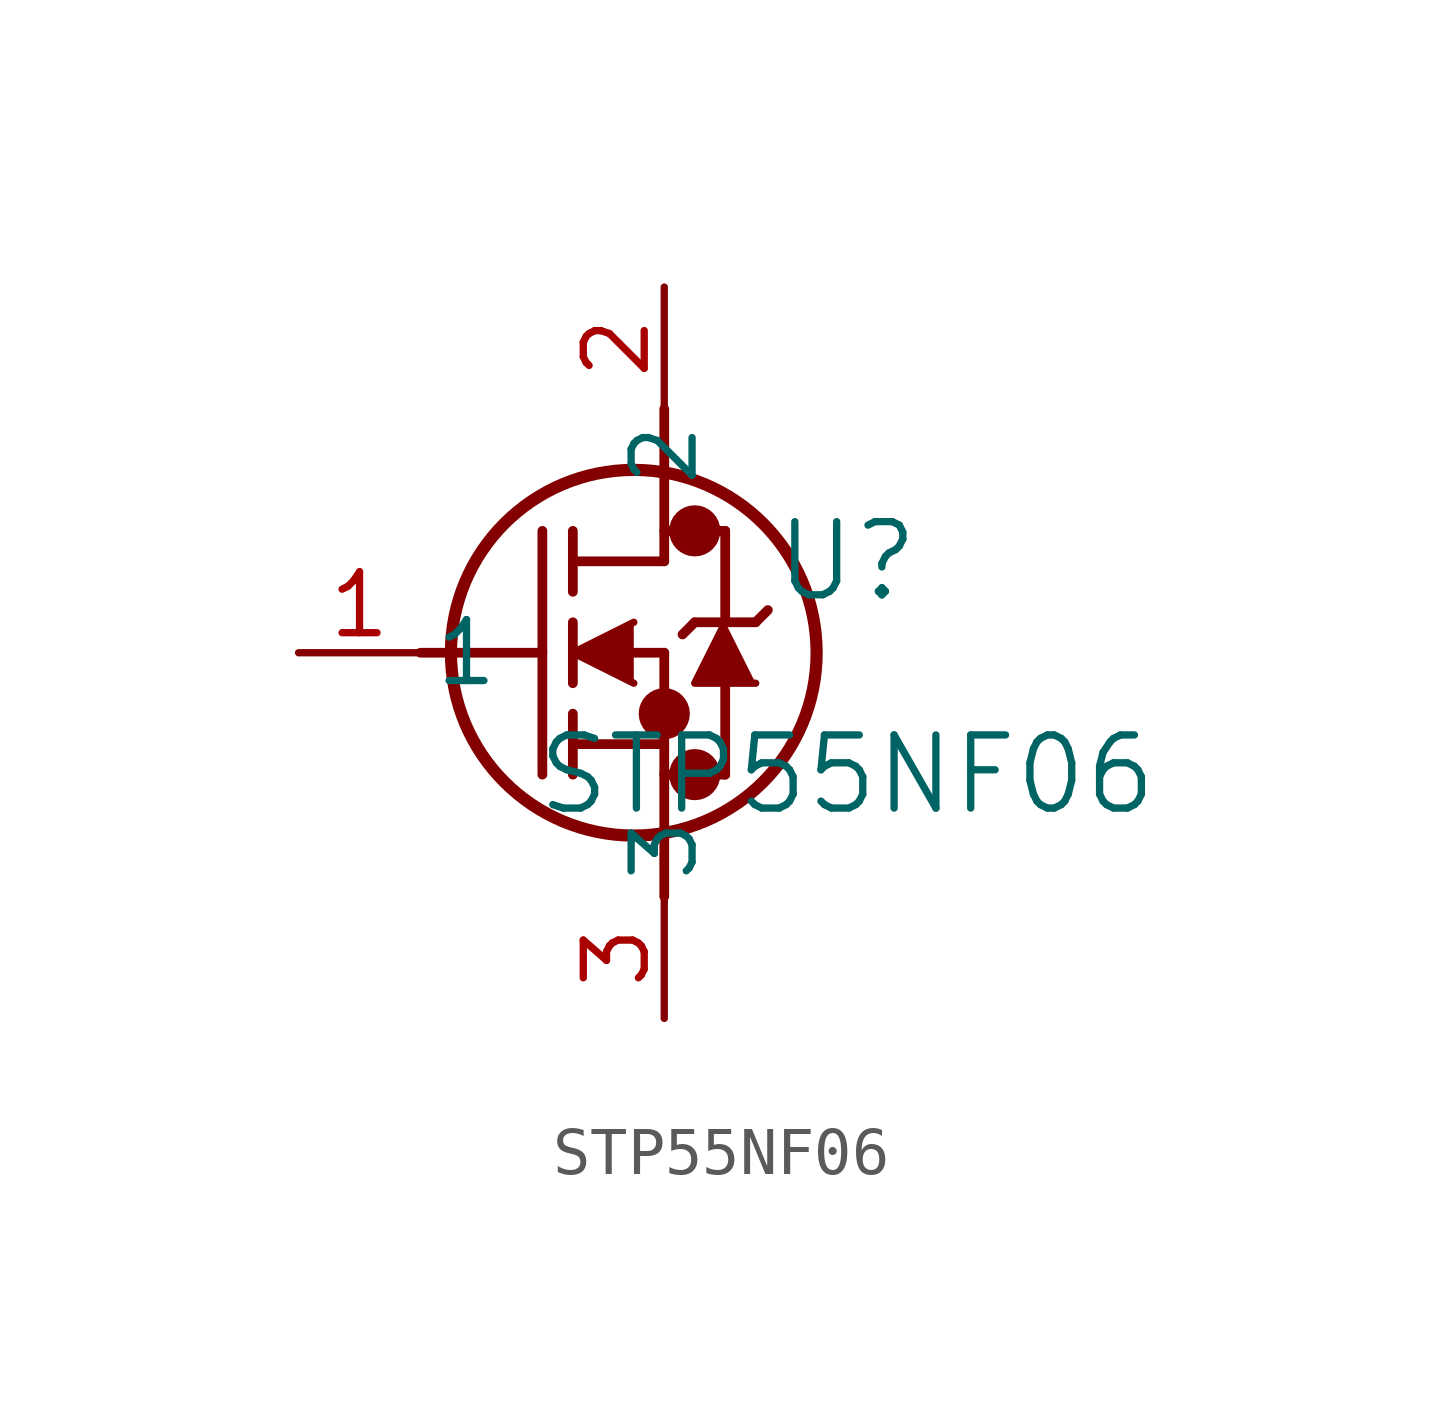
<source format=kicad_sym>
(kicad_symbol_lib
  (version 20211014)
  (generator kicad_symbol_editor)
  (symbol "STP55NF06"
    (pin_names
      (offset 0.254))
    (property "Reference" "U"
      (at 11.43 1.905 0)
      (effects (font (size 1.524 1.524))))
    (property "Value" "STP55NF06"
      (at 11.43 -2.54 0)
      (effects (font (size 1.524 1.524))))
    (circle
      (center 8.255 2.54)
      (radius 0.025)
      (stroke (width 0.508) (type default) (color 0 0 0 0))
      (fill (type none)))
    (circle
      (center 8.255 -2.54)
      (radius 0.025)
      (stroke (width 0.508) (type default) (color 0 0 0 0))
      (fill (type none)))
    (circle
      (center 7.62 -1.27)
      (radius 0.025)
      (stroke (width 0.508) (type default) (color 0 0 0 0))
      (fill (type none)))
    (circle
      (center 6.985 0)
      (radius 3.81)
      (stroke (width 0.254) (type default) (color 0 0 0 0))
      (fill (type none)))
    (polyline
      (pts (xy 2.54 0) (xy 5.08 0))
      (stroke (width 0.203) (type default) (color 0 0 0 0))
      (fill (type none)))
    (polyline
      (pts (xy 5.08 -2.54) (xy 5.08 2.54))
      (stroke (width 0.203) (type default) (color 0 0 0 0))
      (fill (type none)))
    (polyline
      (pts (xy 5.715 -0.635) (xy 5.715 0.635))
      (stroke (width 0.203) (type default) (color 0 0 0 0))
      (fill (type none)))
    (polyline
      (pts (xy 5.715 -2.54) (xy 5.715 -1.27))
      (stroke (width 0.203) (type default) (color 0 0 0 0))
      (fill (type none)))
    (polyline
      (pts (xy 5.715 1.27) (xy 5.715 2.54))
      (stroke (width 0.203) (type default) (color 0 0 0 0))
      (fill (type none)))
    (polyline
      (pts (xy 6.985 0) (xy 7.62 0))
      (stroke (width 0.203) (type default) (color 0 0 0 0))
      (fill (type none)))
    (polyline
      (pts (xy 5.715 -1.905) (xy 7.62 -1.905))
      (stroke (width 0.203) (type default) (color 0 0 0 0))
      (fill (type none)))
    (polyline
      (pts (xy 7.62 -5.08) (xy 7.62 0))
      (stroke (width 0.203) (type default) (color 0 0 0 0))
      (fill (type none)))
    (polyline
      (pts (xy 7.62 -2.54) (xy 8.89 -2.54))
      (stroke (width 0.203) (type default) (color 0 0 0 0))
      (fill (type none)))
    (polyline
      (pts (xy 5.715 1.905) (xy 7.62 1.905))
      (stroke (width 0.203) (type default) (color 0 0 0 0))
      (fill (type none)))
    (polyline
      (pts (xy 8.89 0.635) (xy 8.89 2.54))
      (stroke (width 0.203) (type default) (color 0 0 0 0))
      (fill (type none)))
    (polyline
      (pts (xy 8.89 -2.54) (xy 8.89 -0.635))
      (stroke (width 0.203) (type default) (color 0 0 0 0))
      (fill (type none)))
    (polyline
      (pts (xy 9.779 0.889) (xy 9.525 0.635))
      (stroke (width 0.203) (type default) (color 0 0 0 0))
      (fill (type none)))
    (polyline
      (pts (xy 9.525 0.635) (xy 8.255 0.635))
      (stroke (width 0.203) (type default) (color 0 0 0 0))
      (fill (type none)))
    (polyline
      (pts (xy 8.255 0.635) (xy 8.001 0.381))
      (stroke (width 0.203) (type default) (color 0 0 0 0))
      (fill (type none)))
    (polyline
      (pts (xy 7.62 2.54) (xy 8.89 2.54))
      (stroke (width 0.203) (type default) (color 0 0 0 0))
      (fill (type none)))
    (polyline
      (pts (xy 7.62 1.905) (xy 7.62 5.08))
      (stroke (width 0.203) (type default) (color 0 0 0 0))
      (fill (type none)))
    (polyline
      (pts (xy 6.985 0.635) (xy 5.715 0) (xy 6.985 -0.635))
      (stroke (width 0) (type default) (color 0 0 0 0))
      (fill (type outline)))
    (polyline
      (pts (xy 9.525 -0.635) (xy 8.255 -0.635) (xy 8.89 0.635))
      (stroke (width 0) (type default) (color 0 0 0 0))
      (fill (type outline)))
    (pin unspecified line
      (at 0 0 0)
      (length 2.54)
      (name "1" (effects (font (size 1.27 1.27))))
      (number "1" (effects (font (size 1.27 1.27)))))
    (pin unspecified line
      (at 7.62 7.62 270)
      (length 2.54)
      (name "2" (effects (font (size 1.27 1.27))))
      (number "2" (effects (font (size 1.27 1.27)))))
    (pin unspecified line
      (at 7.62 -7.62 90)
      (length 2.54)
      (name "3" (effects (font (size 1.27 1.27))))
      (number "3" (effects (font (size 1.27 1.27)))))))
</source>
